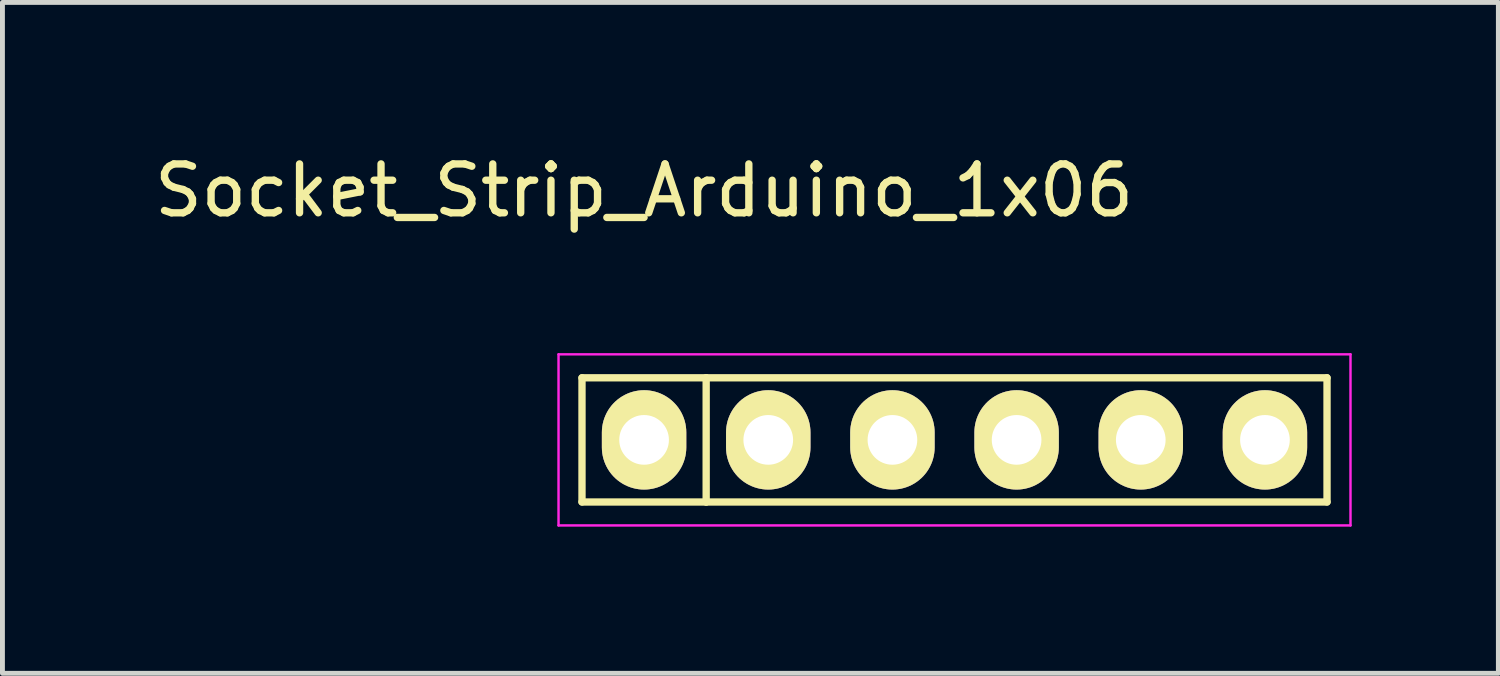
<source format=kicad_pcb>
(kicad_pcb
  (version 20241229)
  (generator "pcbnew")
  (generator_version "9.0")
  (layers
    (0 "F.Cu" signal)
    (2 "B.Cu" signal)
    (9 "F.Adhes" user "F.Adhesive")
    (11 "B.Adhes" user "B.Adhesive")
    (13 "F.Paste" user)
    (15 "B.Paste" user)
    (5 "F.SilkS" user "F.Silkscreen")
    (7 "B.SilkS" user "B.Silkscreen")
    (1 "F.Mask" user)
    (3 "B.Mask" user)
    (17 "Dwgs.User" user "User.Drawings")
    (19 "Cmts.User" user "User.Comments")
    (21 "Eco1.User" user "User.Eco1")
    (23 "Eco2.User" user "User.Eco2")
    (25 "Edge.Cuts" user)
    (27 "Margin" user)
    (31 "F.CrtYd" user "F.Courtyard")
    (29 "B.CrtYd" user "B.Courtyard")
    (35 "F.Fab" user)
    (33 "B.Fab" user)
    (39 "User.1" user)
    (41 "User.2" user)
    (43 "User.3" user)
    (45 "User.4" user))
  (footprint "Socket_Strip_Arduino_1x06"
    (layer "F.Cu")
    (at 10.125 5.948)
    (property "Reference" "Socket_Strip_Arduino_1x06" (at 0 -5.1 0) (layer "F.SilkS") (effects (font (size 1 1) (thickness 0.15))))
    (attr through_hole)
    (fp_line (start -1.27 -1.27) (end -1.27 1.27) (stroke (width 0.15) (type solid)) (layer "F.SilkS"))
    (fp_line (start -1.27 1.27) (end 1.27 1.27) (stroke (width 0.15) (type solid)) (layer "F.SilkS"))
    (fp_line (start 1.27 -1.27) (end -1.27 -1.27) (stroke (width 0.15) (type solid)) (layer "F.SilkS"))
    (fp_line (start 1.27 1.27) (end 1.27 -1.27) (stroke (width 0.15) (type solid)) (layer "F.SilkS"))
    (fp_line (start 1.27 1.27) (end 13.97 1.27) (stroke (width 0.15) (type solid)) (layer "F.SilkS"))
    (fp_line (start 13.97 -1.27) (end 1.27 -1.27) (stroke (width 0.15) (type solid)) (layer "F.SilkS"))
    (fp_line (start 13.97 1.27) (end 13.97 -1.27) (stroke (width 0.15) (type solid)) (layer "F.SilkS"))
    (fp_line (start -1.75 -1.75) (end -1.75 1.75) (stroke (width 0.05) (type solid)) (layer "F.CrtYd"))
    (fp_line (start -1.75 -1.75) (end 14.45 -1.75) (stroke (width 0.05) (type solid)) (layer "F.CrtYd"))
    (fp_line (start -1.75 1.75) (end 14.45 1.75) (stroke (width 0.05) (type solid)) (layer "F.CrtYd"))
    (fp_line (start 14.45 -1.75) (end 14.45 1.75) (stroke (width 0.05) (type solid)) (layer "F.CrtYd"))
    (pad "1" thru_hole oval (at 0 0) (size 1.727 2.032) (drill 1.016) (layers "*.Cu" "*.Mask" "F.SilkS"))
    (pad "2" thru_hole oval (at 2.54 0) (size 1.727 2.032) (drill 1.016) (layers "*.Cu" "*.Mask" "F.SilkS"))
    (pad "3" thru_hole oval (at 5.08 0) (size 1.727 2.032) (drill 1.016) (layers "*.Cu" "*.Mask" "F.SilkS"))
    (pad "4" thru_hole oval (at 7.62 0) (size 1.727 2.032) (drill 1.016) (layers "*.Cu" "*.Mask" "F.SilkS"))
    (pad "5" thru_hole oval (at 10.16 0) (size 1.727 2.032) (drill 1.016) (layers "*.Cu" "*.Mask" "F.SilkS"))
    (pad "6" thru_hole oval (at 12.7 0) (size 1.727 2.032) (drill 1.016) (layers "*.Cu" "*.Mask" "F.SilkS")))
  (gr_rect
    (start -3 -3)
    (end 27.6 10.723)
    (stroke (width 0.1) (type default))
    (fill no)
    (layer "Edge.Cuts")))
</source>
